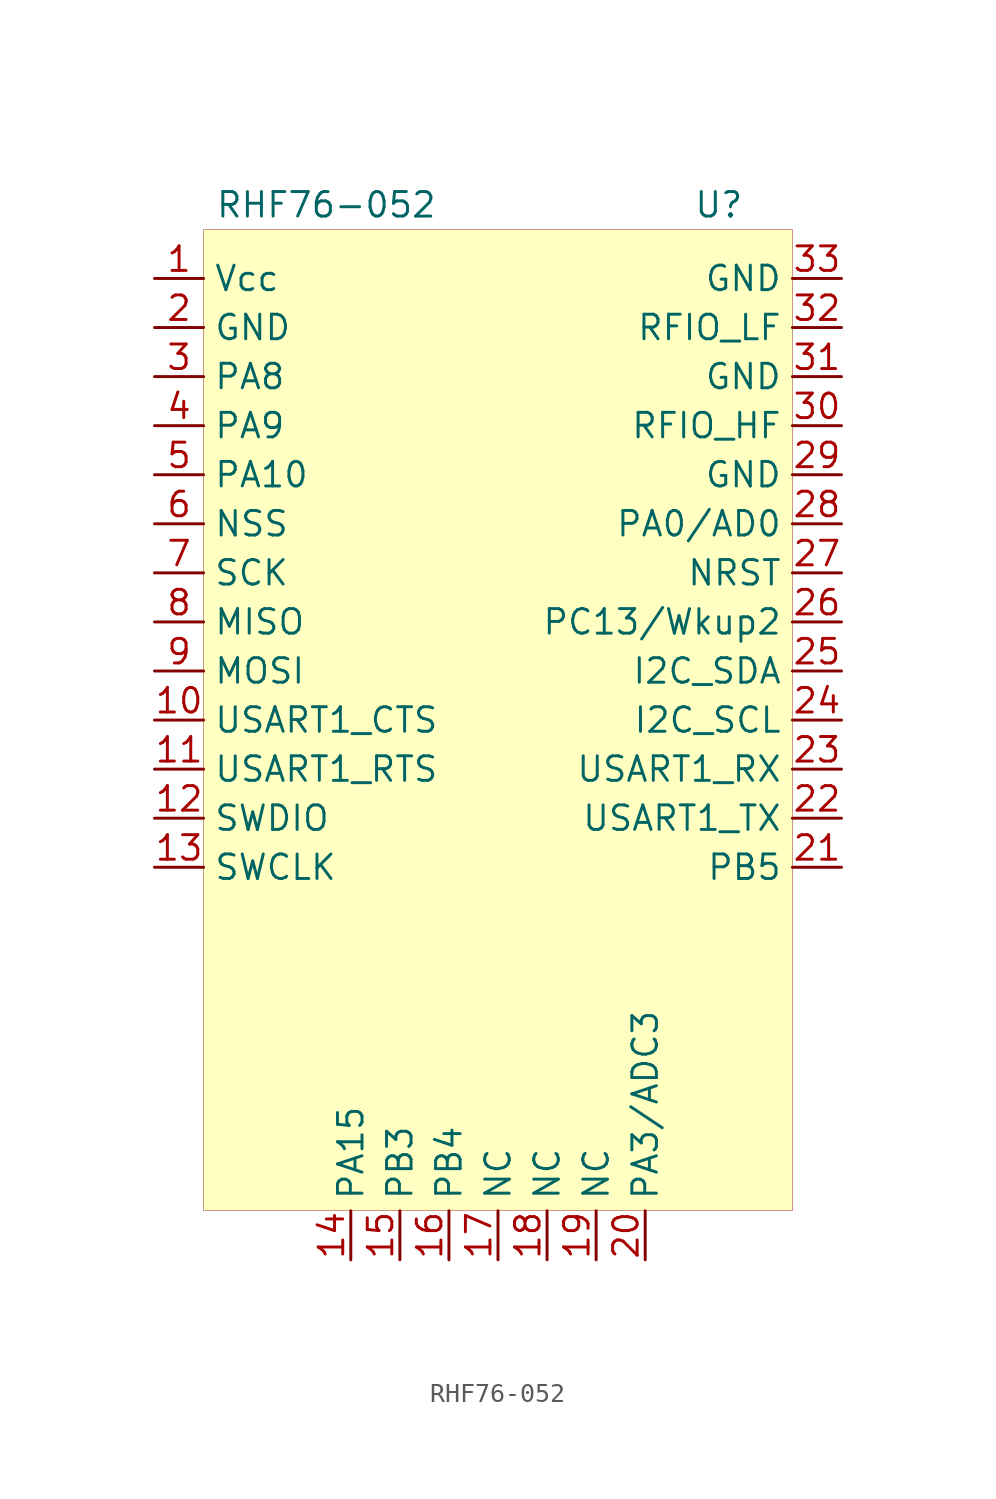
<source format=kicad_sym>
(kicad_symbol_lib
  (version 20200126)
  (host kicad_symbol_editor "5.99.0-unknown-552dde8~102~ubuntu20.04.1")
  (symbol "Ai-Thinker:RHF76-052"
    (property "Reference" "U"
      (at 11.43 26.67 0)
      (effects (font (size 1.27 1.27))))
    (property "Value" "RHF76-052"
      (at -8.89 26.67 0)
      (effects (font (size 1.27 1.27))))
    (symbol "RHF76-052_0_1"
      (rectangle (start -15.24 25.4) (end 15.24 -25.4) (stroke (width 0.001)) (fill (type background))))
    (symbol "RHF76-052_1_1"
      (pin power_in line (at -17.78 22.86 0) (length 2.54) (name "Vcc" (effects (font (size 1.27 1.27)))) (number "1" (effects (font (size 1.27 1.27)))))
      (pin power_in line (at -17.78 20.32 0) (length 2.54) (name "GND" (effects (font (size 1.27 1.27)))) (number "2" (effects (font (size 1.27 1.27)))))
      (pin bidirectional line (at -17.78 17.78 0) (length 2.54) (name "PA8" (effects (font (size 1.27 1.27)))) (number "3" (effects (font (size 1.27 1.27)))))
      (pin bidirectional line (at -17.78 15.24 0) (length 2.54) (name "PA9" (effects (font (size 1.27 1.27)))) (number "4" (effects (font (size 1.27 1.27)))))
      (pin bidirectional line (at 17.78 -7.62 180) (length 2.54) (name "PB5" (effects (font (size 1.27 1.27)))) (number "21" (effects (font (size 1.27 1.27))))))
    (symbol "RHF76-052_0_0"
      (pin bidirectional line (at -17.78 12.7 0) (length 2.54) (name "PA10" (effects (font (size 1.27 1.27)))) (number "5" (effects (font (size 1.27 1.27)))))
      (pin bidirectional line (at -17.78 10.16 0) (length 2.54) (name "NSS" (effects (font (size 1.27 1.27)))) (number "6" (effects (font (size 1.27 1.27)))))
      (pin bidirectional line (at -17.78 7.62 0) (length 2.54) (name "SCK" (effects (font (size 1.27 1.27)))) (number "7" (effects (font (size 1.27 1.27)))))
      (pin bidirectional line (at -17.78 5.08 0) (length 2.54) (name "MISO" (effects (font (size 1.27 1.27)))) (number "8" (effects (font (size 1.27 1.27)))))
      (pin bidirectional line (at -17.78 2.54 0) (length 2.54) (name "MOSI" (effects (font (size 1.27 1.27)))) (number "9" (effects (font (size 1.27 1.27)))))
      (pin bidirectional line (at -17.78 0 0) (length 2.54) (name "USART1_CTS" (effects (font (size 1.27 1.27)))) (number "10" (effects (font (size 1.27 1.27)))))
      (pin bidirectional line (at -17.78 -2.54 0) (length 2.54) (name "USART1_RTS" (effects (font (size 1.27 1.27)))) (number "11" (effects (font (size 1.27 1.27)))))
      (pin bidirectional line (at -17.78 -5.08 0) (length 2.54) (name "SWDIO" (effects (font (size 1.27 1.27)))) (number "12" (effects (font (size 1.27 1.27)))))
      (pin bidirectional line (at -17.78 -7.62 0) (length 2.54) (name "SWCLK" (effects (font (size 1.27 1.27)))) (number "13" (effects (font (size 1.27 1.27)))))
      (pin bidirectional line (at -7.62 -27.94 90) (length 2.54) (name "PA15" (effects (font (size 1.27 1.27)))) (number "14" (effects (font (size 1.27 1.27)))))
      (pin bidirectional line (at -5.08 -27.94 90) (length 2.54) (name "PB3" (effects (font (size 1.27 1.27)))) (number "15" (effects (font (size 1.27 1.27)))))
      (pin bidirectional line (at -2.54 -27.94 90) (length 2.54) (name "PB4" (effects (font (size 1.27 1.27)))) (number "16" (effects (font (size 1.27 1.27)))))
      (pin passive line (at 0 -27.94 90) (length 2.54) (name "NC" (effects (font (size 1.27 1.27)))) (number "17" (effects (font (size 1.27 1.27)))))
      (pin passive line (at 2.54 -27.94 90) (length 2.54) (name "NC" (effects (font (size 1.27 1.27)))) (number "18" (effects (font (size 1.27 1.27)))))
      (pin passive line (at 5.08 -27.94 90) (length 2.54) (name "NC" (effects (font (size 1.27 1.27)))) (number "19" (effects (font (size 1.27 1.27)))))
      (pin bidirectional line (at 7.62 -27.94 90) (length 2.54) (name "PA3/ADC3" (effects (font (size 1.27 1.27)))) (number "20" (effects (font (size 1.27 1.27)))))
      (pin bidirectional line (at 17.78 -5.08 180) (length 2.54) (name "USART1_TX" (effects (font (size 1.27 1.27)))) (number "22" (effects (font (size 1.27 1.27)))))
      (pin bidirectional line (at 17.78 -2.54 180) (length 2.54) (name "USART1_RX" (effects (font (size 1.27 1.27)))) (number "23" (effects (font (size 1.27 1.27)))))
      (pin bidirectional line (at 17.78 0 180) (length 2.54) (name "I2C_SCL" (effects (font (size 1.27 1.27)))) (number "24" (effects (font (size 1.27 1.27)))))
      (pin bidirectional line (at 17.78 2.54 180) (length 2.54) (name "I2C_SDA" (effects (font (size 1.27 1.27)))) (number "25" (effects (font (size 1.27 1.27)))))
      (pin bidirectional line (at 17.78 5.08 180) (length 2.54) (name "PC13/Wkup2" (effects (font (size 1.27 1.27)))) (number "26" (effects (font (size 1.27 1.27)))))
      (pin input line (at 17.78 7.62 180) (length 2.54) (name "NRST" (effects (font (size 1.27 1.27)))) (number "27" (effects (font (size 1.27 1.27)))))
      (pin bidirectional line (at 17.78 10.16 180) (length 2.54) (name "PA0/AD0" (effects (font (size 1.27 1.27)))) (number "28" (effects (font (size 1.27 1.27)))))
      (pin power_in line (at 17.78 12.7 180) (length 2.54) (name "GND" (effects (font (size 1.27 1.27)))) (number "29" (effects (font (size 1.27 1.27)))))
      (pin bidirectional line (at 17.78 15.24 180) (length 2.54) (name "RFIO_HF" (effects (font (size 1.27 1.27)))) (number "30" (effects (font (size 1.27 1.27)))))
      (pin power_in line (at 17.78 17.78 180) (length 2.54) (name "GND" (effects (font (size 1.27 1.27)))) (number "31" (effects (font (size 1.27 1.27)))))
      (pin bidirectional line (at 17.78 20.32 180) (length 2.54) (name "RFIO_LF" (effects (font (size 1.27 1.27)))) (number "32" (effects (font (size 1.27 1.27)))))
      (pin power_in line (at 17.78 22.86 180) (length 2.54) (name "GND" (effects (font (size 1.27 1.27)))) (number "33" (effects (font (size 1.27 1.27))))))))
</source>
